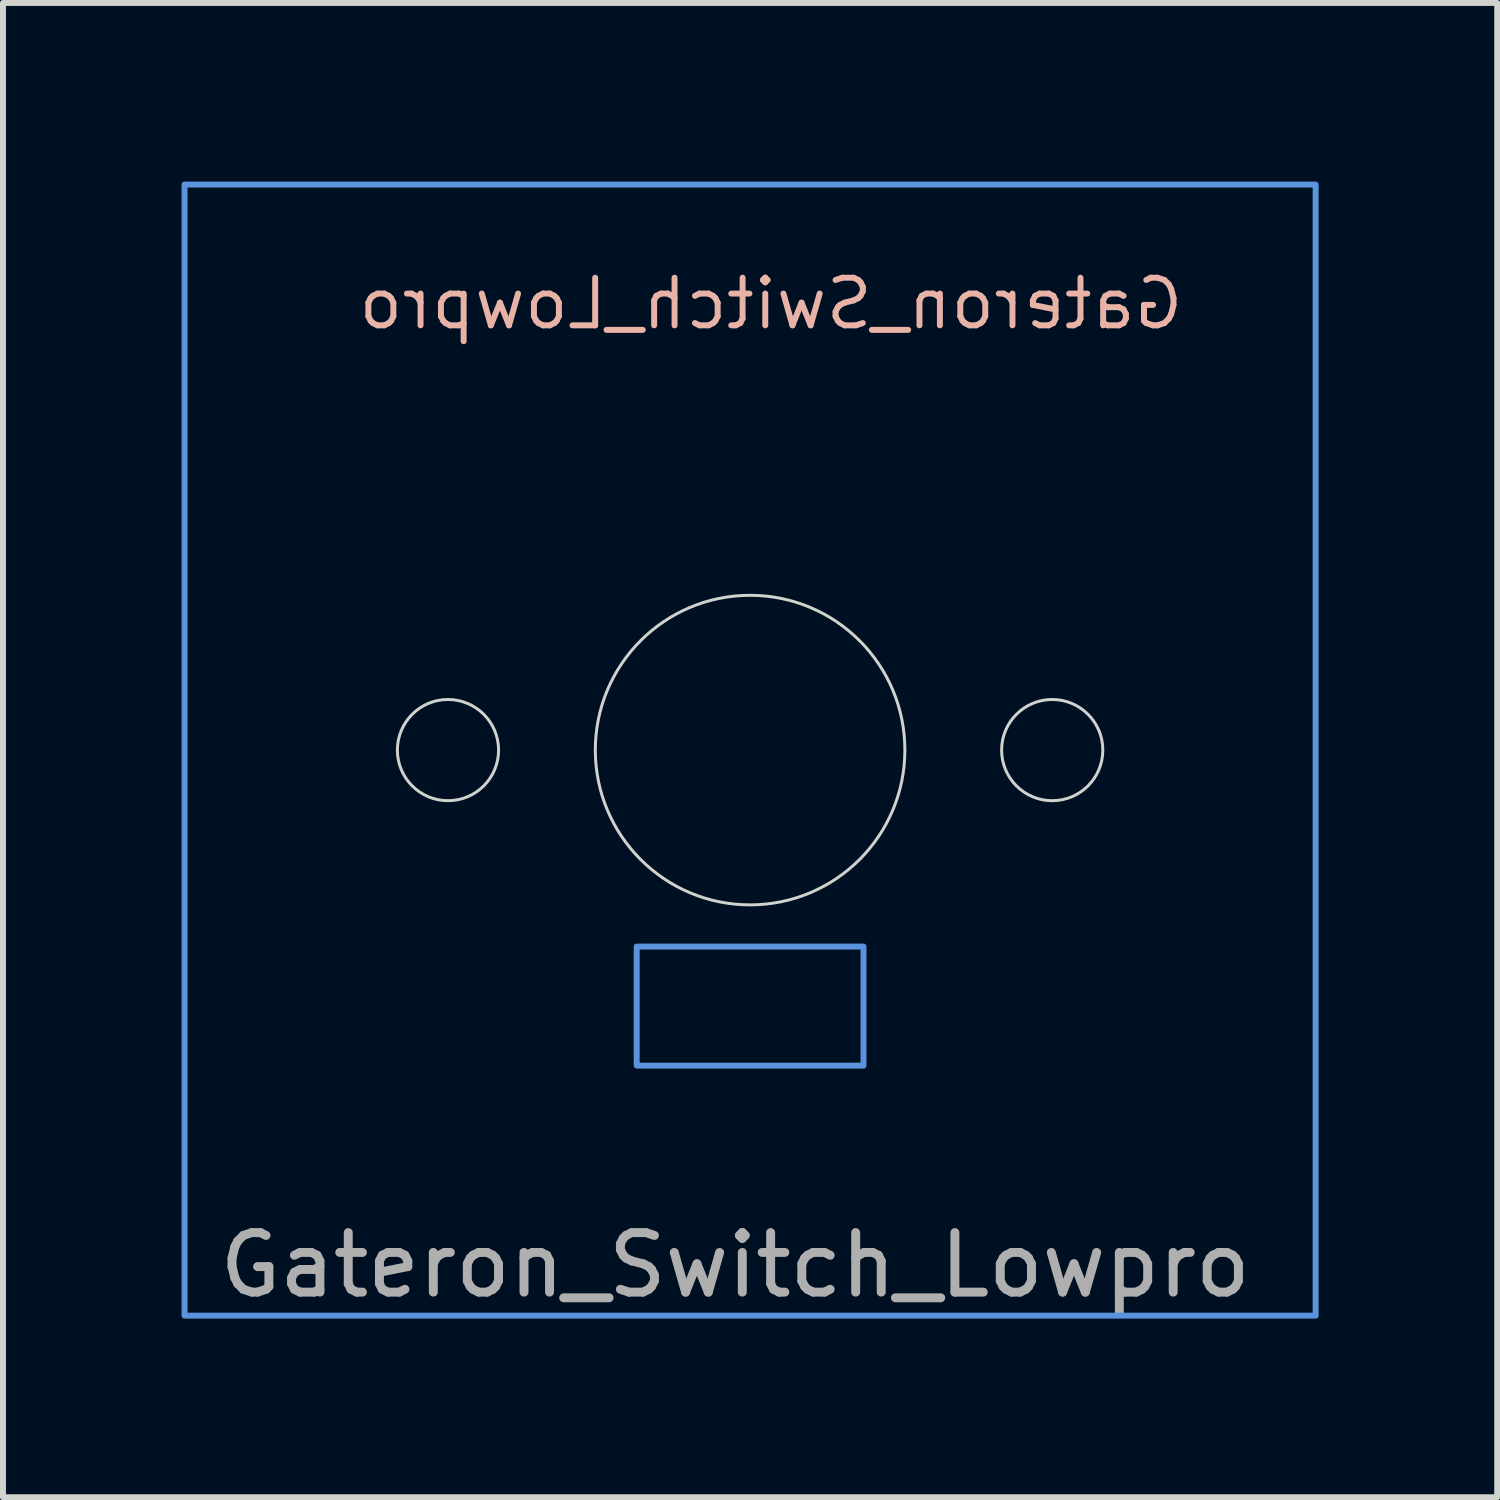
<source format=kicad_pcb>
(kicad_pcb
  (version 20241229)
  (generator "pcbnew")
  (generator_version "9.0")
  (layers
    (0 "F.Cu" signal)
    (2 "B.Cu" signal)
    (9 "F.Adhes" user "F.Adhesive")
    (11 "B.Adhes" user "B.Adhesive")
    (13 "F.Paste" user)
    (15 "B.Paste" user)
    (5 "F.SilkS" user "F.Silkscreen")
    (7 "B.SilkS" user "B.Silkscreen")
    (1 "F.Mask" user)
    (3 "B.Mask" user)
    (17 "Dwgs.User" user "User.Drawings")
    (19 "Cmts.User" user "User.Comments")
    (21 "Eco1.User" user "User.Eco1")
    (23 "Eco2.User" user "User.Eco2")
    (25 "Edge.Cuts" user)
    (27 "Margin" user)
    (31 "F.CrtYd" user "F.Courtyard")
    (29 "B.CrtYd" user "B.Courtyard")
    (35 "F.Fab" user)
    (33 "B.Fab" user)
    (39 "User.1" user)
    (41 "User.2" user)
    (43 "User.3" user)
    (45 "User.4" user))
  (footprint "Gateron_Switch_Lowpro"
    (layer "F.Cu")
    (at 9.55 9.55)
    (property "Reference" "Gateron_Switch_Lowpro" (at 0.35 -7.5 0) (unlocked yes) (layer "B.SilkS") (effects (font (size 0.8 0.8) (thickness 0.1)) (justify mirror)))
    (attr smd)
    (fp_rect (start -9.5 -9.5) (end 9.5 9.5) (stroke (width 0.1) (type solid)) (fill no) (layer "Cmts.User"))
    (fp_rect (start -1.905 3.3) (end 1.905 5.3) (stroke (width 0.1) (type solid)) (fill no) (layer "Cmts.User"))
    (fp_circle (center -5.075 0) (end -4.225 0) (stroke (width 0.05) (type solid)) (fill no) (layer "Edge.Cuts"))
    (fp_circle (center 0 0) (end 2.6 0) (stroke (width 0.05) (type solid)) (fill no) (layer "Edge.Cuts"))
    (fp_circle (center 5.075 0) (end 5.925 0) (stroke (width 0.05) (type solid)) (fill no) (layer "Edge.Cuts"))
    (fp_rect (start -2.5 -6) (end 2.5 -3.5) (stroke (width 0.1) (type solid)) (fill no) (layer "User.2"))
    (fp_circle (center -5.075 0) (end -4.125 0) (stroke (width 0.05) (type solid)) (fill no) (layer "User.3"))
    (fp_circle (center -1.3 4.3) (end 1.4 4.3) (stroke (width 0.1) (type solid)) (fill no) (layer "User.3"))
    (fp_circle (center 0 -4.75) (end 2.7 -4.75) (stroke (width 0.1) (type solid)) (fill no) (layer "User.3"))
    (fp_circle (center 0 0) (end 2.7 0) (stroke (width 0.1) (type solid)) (fill no) (layer "User.3"))
    (fp_circle (center 0 4.3) (end 2.7 4.3) (stroke (width 0.1) (type solid)) (fill no) (layer "User.3"))
    (fp_circle (center 1.3 4.3) (end 4 4.3) (stroke (width 0.1) (type solid)) (fill no) (layer "User.3"))
    (fp_circle (center 5.075 0) (end 6.025 0) (stroke (width 0.05) (type solid)) (fill no) (layer "User.3"))
    (fp_line (start -7 -6.6) (end -7 6.6) (stroke (width 0.12) (type solid)) (layer "User.4"))
    (fp_line (start -6.6 -7) (end 6.6 -7) (stroke (width 0.12) (type solid)) (layer "User.4"))
    (fp_line (start -6.6 7) (end 6.6 7) (stroke (width 0.12) (type solid)) (layer "User.4"))
    (fp_line (start 7 -6.6) (end 7 6.6) (stroke (width 0.12) (type solid)) (layer "User.4"))
    (fp_arc (start -7 -6.6) (mid -6.882843 -6.882843) (end -6.6 -7) (stroke (width 0.12) (type solid)) (layer "User.4"))
    (fp_arc (start -6.6 7) (mid -6.882843 6.882843) (end -7 6.6) (stroke (width 0.12) (type solid)) (layer "User.4"))
    (fp_arc (start 6.6 -7) (mid 6.882843 -6.882843) (end 7 -6.6) (stroke (width 0.12) (type solid)) (layer "User.4"))
    (fp_arc (start 7 6.6) (mid 6.882843 6.882843) (end 6.6 7) (stroke (width 0.12) (type solid)) (layer "User.4"))
    (fp_text user "${REFERENCE}" (at -0.25 8.65 0) (unlocked yes) (layer "F.Fab") (effects (font (size 1 1) (thickness 0.15))))
    (zone (net_name "") (layers "F.Cu" "B.Cu") (hatch edge 0.5) (connect_pads) (min_thickness 0.25) (filled_areas_thickness no) (keepout (tracks allowed) (vias allowed) (pads allowed) (copperpour not_allowed) (footprints allowed)) (placement (enabled no)) (fill) (polygon (pts (xy 16.55 9.55) (xy 16.6 14.15) (xy 14.45 14.15) (xy 14.45 13.65) (xy 12.8 13.65) (xy 12.8 15.15) (xy 14.45 15.15) (xy 14.45 14.5) (xy 16.6 14.5) (xy 16.55 18.1) (xy 2.55 18.1) (xy 2.55 9.55) (xy 5.95 9.55) (xy 5.95 11.6) (xy 5.3 12.65) (xy 5.8 13.55) (xy 6.7 13.55) (xy 7.3 13.15) (xy 7.27 12.45) (xy 6.3 11.6) (xy 6.3 9.55)))))
  (gr_rect
    (start -3 -3)
    (end 22.1 22.1)
    (stroke (width 0.1) (type default))
    (fill no)
    (layer "Edge.Cuts")))
</source>
